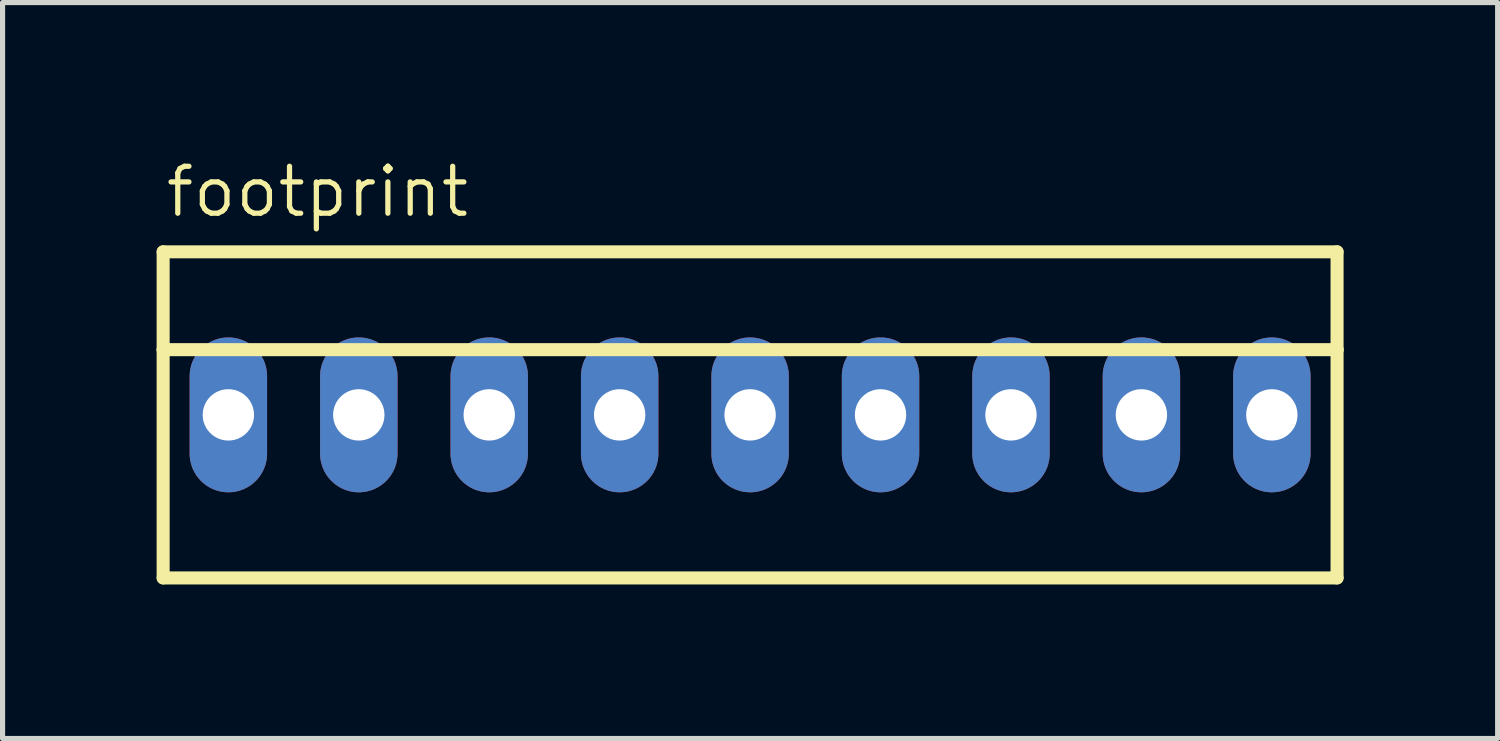
<source format=kicad_pcb>
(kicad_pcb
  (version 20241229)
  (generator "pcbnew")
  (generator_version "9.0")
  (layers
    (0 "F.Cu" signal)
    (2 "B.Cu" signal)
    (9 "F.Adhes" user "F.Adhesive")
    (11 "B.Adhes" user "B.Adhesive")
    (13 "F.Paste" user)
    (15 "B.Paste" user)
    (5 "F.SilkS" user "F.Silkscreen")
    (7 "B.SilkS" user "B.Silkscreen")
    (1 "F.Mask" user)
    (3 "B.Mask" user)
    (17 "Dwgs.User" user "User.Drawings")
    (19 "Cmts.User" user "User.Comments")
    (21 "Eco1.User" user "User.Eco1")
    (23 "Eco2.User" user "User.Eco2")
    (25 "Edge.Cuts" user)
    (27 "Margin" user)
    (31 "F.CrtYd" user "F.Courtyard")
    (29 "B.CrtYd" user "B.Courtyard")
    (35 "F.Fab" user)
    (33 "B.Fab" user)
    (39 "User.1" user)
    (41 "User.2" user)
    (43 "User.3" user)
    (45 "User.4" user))
  (footprint "footprint"
    (layer "F.Cu")
    (at 11.557 5.029)
    (property "Reference" "footprint" (at -11.43 -3.81 0) (layer "F.SilkS") (effects (font (size 0.914 0.914) (thickness 0.102)) (justify left bottom)))
    (fp_line (start -11.43 -3.175) (end 11.43 -3.175) (stroke (width 0.254) (type solid)) (layer "F.SilkS"))
    (fp_line (start -11.43 -1.27) (end -11.43 -3.175) (stroke (width 0.254) (type solid)) (layer "F.SilkS"))
    (fp_line (start -11.43 -1.27) (end 11.43 -1.27) (stroke (width 0.254) (type solid)) (layer "F.SilkS"))
    (fp_line (start -11.43 3.175) (end -11.43 -1.27) (stroke (width 0.254) (type solid)) (layer "F.SilkS"))
    (fp_line (start 11.43 -3.175) (end 11.43 -1.27) (stroke (width 0.254) (type solid)) (layer "F.SilkS"))
    (fp_line (start 11.43 -1.27) (end 11.43 3.175) (stroke (width 0.254) (type solid)) (layer "F.SilkS"))
    (fp_line (start 11.43 3.175) (end -11.43 3.175) (stroke (width 0.254) (type solid)) (layer "F.SilkS"))
    (pad "1" thru_hole oval (at -10.16 0 90) (size 3.016 1.508) (drill 1) (layers "*.Cu" "*.Mask"))
    (pad "2" thru_hole oval (at -7.62 0 90) (size 3.016 1.508) (drill 1) (layers "*.Cu" "*.Mask"))
    (pad "3" thru_hole oval (at -5.08 0 90) (size 3.016 1.508) (drill 1) (layers "*.Cu" "*.Mask"))
    (pad "4" thru_hole oval (at -2.54 0 90) (size 3.016 1.508) (drill 1) (layers "*.Cu" "*.Mask"))
    (pad "5" thru_hole oval (at 0 0 90) (size 3.016 1.508) (drill 1) (layers "*.Cu" "*.Mask"))
    (pad "6" thru_hole oval (at 2.54 0 90) (size 3.016 1.508) (drill 1) (layers "*.Cu" "*.Mask"))
    (pad "7" thru_hole oval (at 5.08 0 90) (size 3.016 1.508) (drill 1) (layers "*.Cu" "*.Mask"))
    (pad "8" thru_hole oval (at 7.62 0 90) (size 3.016 1.508) (drill 1) (layers "*.Cu" "*.Mask"))
    (pad "9" thru_hole oval (at 10.16 0 90) (size 3.016 1.508) (drill 1) (layers "*.Cu" "*.Mask")))
  (gr_rect
    (start -3 -3)
    (end 26.114 11.331)
    (stroke (width 0.1) (type default))
    (fill no)
    (layer "Edge.Cuts")))
</source>
